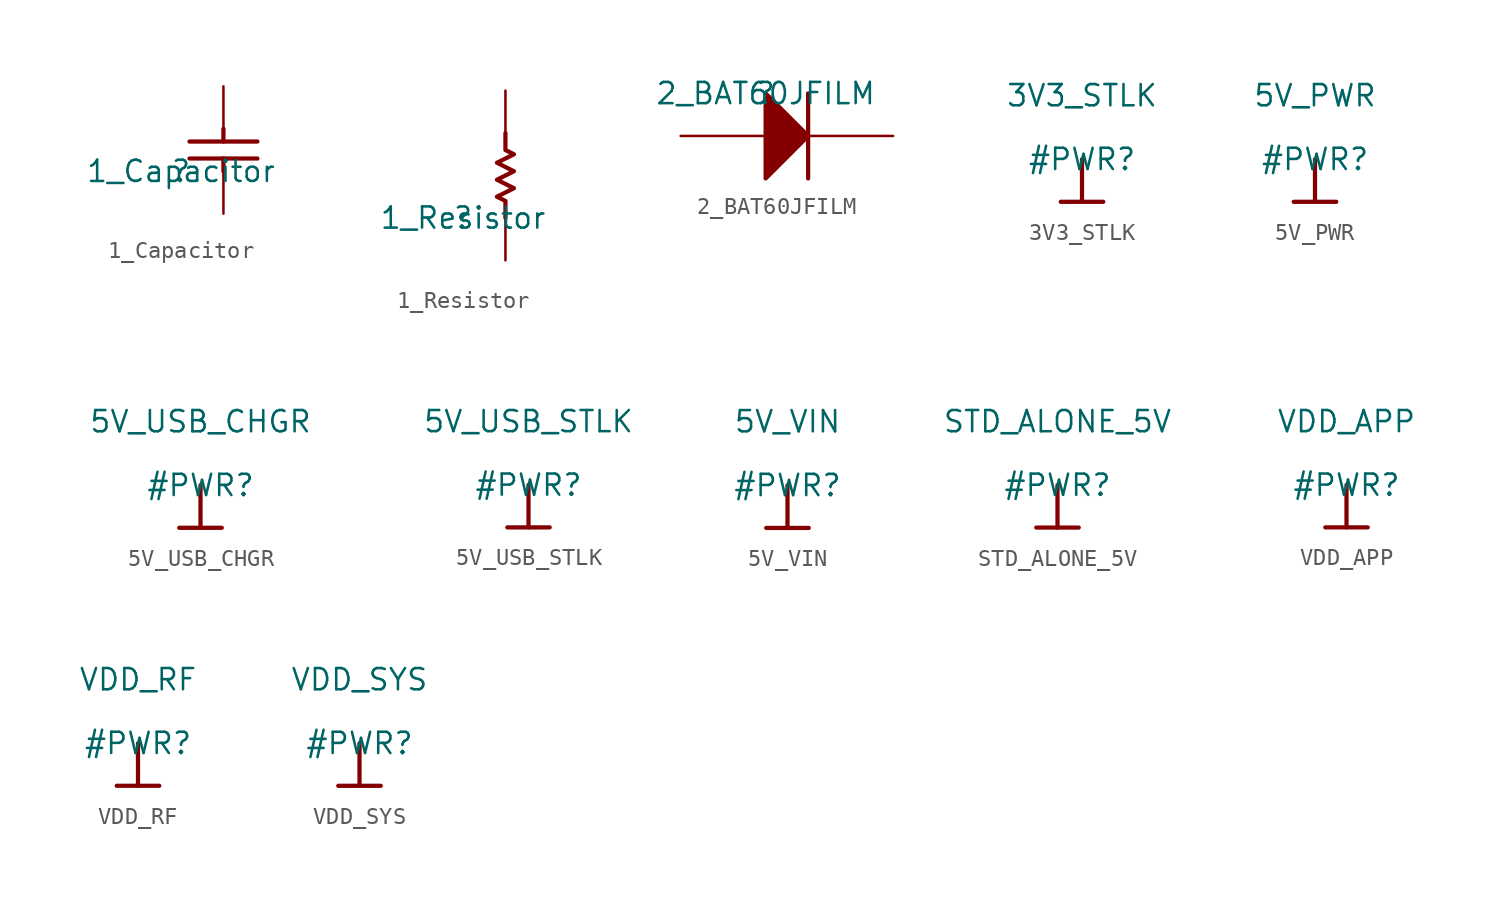
<source format=kicad_sym>
(kicad_symbol_lib
  (version 20211014)
  (generator kicad_symbol_editor)
  (symbol "1_Capacitor"
    (property "Reference" ""
      (at 0 0 0)
      (effects (font (size 1.27 1.27))))
    (property "Value" "1_Capacitor"
      (at 0 0 0)
      (effects (font (size 1.27 1.27))))
    (symbol "1_Capacitor_1_0"
      (polyline (pts (xy 0.508 1.778) (xy 4.572 1.778)) (stroke (width 0.254) (type default) (color 0 0 0 0)) (fill (type none)))
      (polyline (pts (xy 2.54 0) (xy 2.54 0.762)) (stroke (width 0.254) (type default) (color 0 0 0 0)) (fill (type none)))
      (polyline (pts (xy 2.54 2.54) (xy 2.54 1.778)) (stroke (width 0.254) (type default) (color 0 0 0 0)) (fill (type none)))
      (polyline (pts (xy 4.572 0.762) (xy 0.508 0.762)) (stroke (width 0.254) (type default) (color 0 0 0 0)) (fill (type none)))
      (pin passive line (at 2.54 -2.54 90) (length 2.54) (name "1" (effects (font (size 0 0)))) (number "1" (effects (font (size 0 0)))))
      (pin passive line (at 2.54 5.08 270) (length 2.54) (name "2" (effects (font (size 0 0)))) (number "2" (effects (font (size 0 0)))))))
  (symbol "1_Resistor"
    (property "Reference" ""
      (at 0 0 0)
      (effects (font (size 1.27 1.27))))
    (property "Value" "1_Resistor"
      (at 0 0 0)
      (effects (font (size 1.27 1.27))))
    (symbol "1_Resistor_1_0"
      (polyline (pts (xy 2.54 5.08) (xy 2.54 4.064) (xy 3.048 3.81) (xy 2.032 3.302) (xy 3.048 2.794) (xy 2.032 2.286) (xy 3.048 1.778) (xy 2.032 1.27) (xy 2.54 1.016) (xy 2.54 0)) (stroke (width 0.254) (type default) (color 0 0 0 0)) (fill (type none)))
      (pin passive line (at 2.54 -2.54 90) (length 2.54) (name "1" (effects (font (size 0 0)))) (number "1" (effects (font (size 0 0)))))
      (pin passive line (at 2.54 7.62 270) (length 2.54) (name "2" (effects (font (size 0 0)))) (number "2" (effects (font (size 0 0)))))))
  (symbol "2_BAT60JFILM"
    (property "Reference" ""
      (at 0 0 0)
      (effects (font (size 1.27 1.27))))
    (property "Value" "2_BAT60JFILM"
      (at 0 0 0)
      (effects (font (size 1.27 1.27))))
    (symbol "2_BAT60JFILM_1_0"
      (polyline (pts (xy 2.54 0) (xy 2.54 -5.08)) (stroke (width 0.254) (type default) (color 0 0 0 0)) (fill (type none)))
      (polyline (pts (xy 0 -5.08) (xy 2.54 -2.54) (xy 0 0) (xy 0 -5.08)) (stroke (width 0.254) (type default) (color 0 0 0 0)) (fill (type outline)))
      (pin passive line (at -5.08 -2.54 0) (length 5.08) (name "A" (effects (font (size 0 0)))) (number "1" (effects (font (size 0 0)))))
      (pin passive line (at 7.62 -2.54 180) (length 5.08) (name "K" (effects (font (size 0 0)))) (number "2" (effects (font (size 0 0)))))))
  (symbol "3V3_STLK"
    (power)
    (property "Reference" "#PWR"
      (at 0 0 0)
      (effects (font (size 1.27 1.27))))
    (property "Value" "3V3_STLK"
      (at 0 3.81 0)
      (effects (font (size 1.27 1.27))))
    (symbol "3V3_STLK_0_0"
      (polyline (pts (xy -1.27 -2.54) (xy 1.27 -2.54)) (stroke (width 0.254) (type default) (color 0 0 0 0)) (fill (type none)))
      (polyline (pts (xy 0 0) (xy 0 -2.54)) (stroke (width 0.254) (type default) (color 0 0 0 0)) (fill (type none)))
      (pin power_in line (at 0 0 0) (length 0) hide (name "3V3_STLK" (effects (font (size 1.27 1.27)))) (number "" (effects (font (size 1.27 1.27)))))))
  (symbol "5V_PWR"
    (power)
    (property "Reference" "#PWR"
      (at 0 0 0)
      (effects (font (size 1.27 1.27))))
    (property "Value" "5V_PWR"
      (at 0 3.81 0)
      (effects (font (size 1.27 1.27))))
    (symbol "5V_PWR_0_0"
      (polyline (pts (xy -1.27 -2.54) (xy 1.27 -2.54)) (stroke (width 0.254) (type default) (color 0 0 0 0)) (fill (type none)))
      (polyline (pts (xy 0 0) (xy 0 -2.54)) (stroke (width 0.254) (type default) (color 0 0 0 0)) (fill (type none)))
      (pin power_in line (at 0 0 0) (length 0) hide (name "5V_PWR" (effects (font (size 1.27 1.27)))) (number "" (effects (font (size 1.27 1.27)))))))
  (symbol "5V_USB_CHGR"
    (power)
    (property "Reference" "#PWR"
      (at 0 0 0)
      (effects (font (size 1.27 1.27))))
    (property "Value" "5V_USB_CHGR"
      (at 0 3.81 0)
      (effects (font (size 1.27 1.27))))
    (symbol "5V_USB_CHGR_0_0"
      (polyline (pts (xy -1.27 -2.54) (xy 1.27 -2.54)) (stroke (width 0.254) (type default) (color 0 0 0 0)) (fill (type none)))
      (polyline (pts (xy 0 0) (xy 0 -2.54)) (stroke (width 0.254) (type default) (color 0 0 0 0)) (fill (type none)))
      (pin power_in line (at 0 0 0) (length 0) hide (name "5V_USB_CHGR" (effects (font (size 1.27 1.27)))) (number "" (effects (font (size 1.27 1.27)))))))
  (symbol "5V_USB_STLK"
    (power)
    (property "Reference" "#PWR"
      (at 0 0 0)
      (effects (font (size 1.27 1.27))))
    (property "Value" "5V_USB_STLK"
      (at 0 3.81 0)
      (effects (font (size 1.27 1.27))))
    (symbol "5V_USB_STLK_0_0"
      (polyline (pts (xy -1.27 -2.54) (xy 1.27 -2.54)) (stroke (width 0.254) (type default) (color 0 0 0 0)) (fill (type none)))
      (polyline (pts (xy 0 0) (xy 0 -2.54)) (stroke (width 0.254) (type default) (color 0 0 0 0)) (fill (type none)))
      (pin power_in line (at 0 0 0) (length 0) hide (name "5V_USB_STLK" (effects (font (size 1.27 1.27)))) (number "" (effects (font (size 1.27 1.27)))))))
  (symbol "5V_VIN"
    (power)
    (property "Reference" "#PWR"
      (at 0 0 0)
      (effects (font (size 1.27 1.27))))
    (property "Value" "5V_VIN"
      (at 0 3.81 0)
      (effects (font (size 1.27 1.27))))
    (symbol "5V_VIN_0_0"
      (polyline (pts (xy -1.27 -2.54) (xy 1.27 -2.54)) (stroke (width 0.254) (type default) (color 0 0 0 0)) (fill (type none)))
      (polyline (pts (xy 0 0) (xy 0 -2.54)) (stroke (width 0.254) (type default) (color 0 0 0 0)) (fill (type none)))
      (pin power_in line (at 0 0 0) (length 0) hide (name "5V_VIN" (effects (font (size 1.27 1.27)))) (number "" (effects (font (size 1.27 1.27)))))))
  (symbol "STD_ALONE_5V"
    (power)
    (property "Reference" "#PWR"
      (at 0 0 0)
      (effects (font (size 1.27 1.27))))
    (property "Value" "STD_ALONE_5V"
      (at 0 3.81 0)
      (effects (font (size 1.27 1.27))))
    (symbol "STD_ALONE_5V_0_0"
      (polyline (pts (xy -1.27 -2.54) (xy 1.27 -2.54)) (stroke (width 0.254) (type default) (color 0 0 0 0)) (fill (type none)))
      (polyline (pts (xy 0 0) (xy 0 -2.54)) (stroke (width 0.254) (type default) (color 0 0 0 0)) (fill (type none)))
      (pin power_in line (at 0 0 0) (length 0) hide (name "STD_ALONE_5V" (effects (font (size 1.27 1.27)))) (number "" (effects (font (size 1.27 1.27)))))))
  (symbol "VDD_APP"
    (power)
    (property "Reference" "#PWR"
      (at 0 0 0)
      (effects (font (size 1.27 1.27))))
    (property "Value" "VDD_APP"
      (at 0 3.81 0)
      (effects (font (size 1.27 1.27))))
    (symbol "VDD_APP_0_0"
      (polyline (pts (xy -1.27 -2.54) (xy 1.27 -2.54)) (stroke (width 0.254) (type default) (color 0 0 0 0)) (fill (type none)))
      (polyline (pts (xy 0 0) (xy 0 -2.54)) (stroke (width 0.254) (type default) (color 0 0 0 0)) (fill (type none)))
      (pin power_in line (at 0 0 0) (length 0) hide (name "VDD_APP" (effects (font (size 1.27 1.27)))) (number "" (effects (font (size 1.27 1.27)))))))
  (symbol "VDD_RF"
    (power)
    (property "Reference" "#PWR"
      (at 0 0 0)
      (effects (font (size 1.27 1.27))))
    (property "Value" "VDD_RF"
      (at 0 3.81 0)
      (effects (font (size 1.27 1.27))))
    (symbol "VDD_RF_0_0"
      (polyline (pts (xy -1.27 -2.54) (xy 1.27 -2.54)) (stroke (width 0.254) (type default) (color 0 0 0 0)) (fill (type none)))
      (polyline (pts (xy 0 0) (xy 0 -2.54)) (stroke (width 0.254) (type default) (color 0 0 0 0)) (fill (type none)))
      (pin power_in line (at 0 0 0) (length 0) hide (name "VDD_RF" (effects (font (size 1.27 1.27)))) (number "" (effects (font (size 1.27 1.27)))))))
  (symbol "VDD_SYS"
    (power)
    (property "Reference" "#PWR"
      (at 0 0 0)
      (effects (font (size 1.27 1.27))))
    (property "Value" "VDD_SYS"
      (at 0 3.81 0)
      (effects (font (size 1.27 1.27))))
    (symbol "VDD_SYS_0_0"
      (polyline (pts (xy -1.27 -2.54) (xy 1.27 -2.54)) (stroke (width 0.254) (type default) (color 0 0 0 0)) (fill (type none)))
      (polyline (pts (xy 0 0) (xy 0 -2.54)) (stroke (width 0.254) (type default) (color 0 0 0 0)) (fill (type none)))
      (pin power_in line (at 0 0 0) (length 0) hide (name "VDD_SYS" (effects (font (size 1.27 1.27)))) (number "" (effects (font (size 1.27 1.27))))))))
</source>
